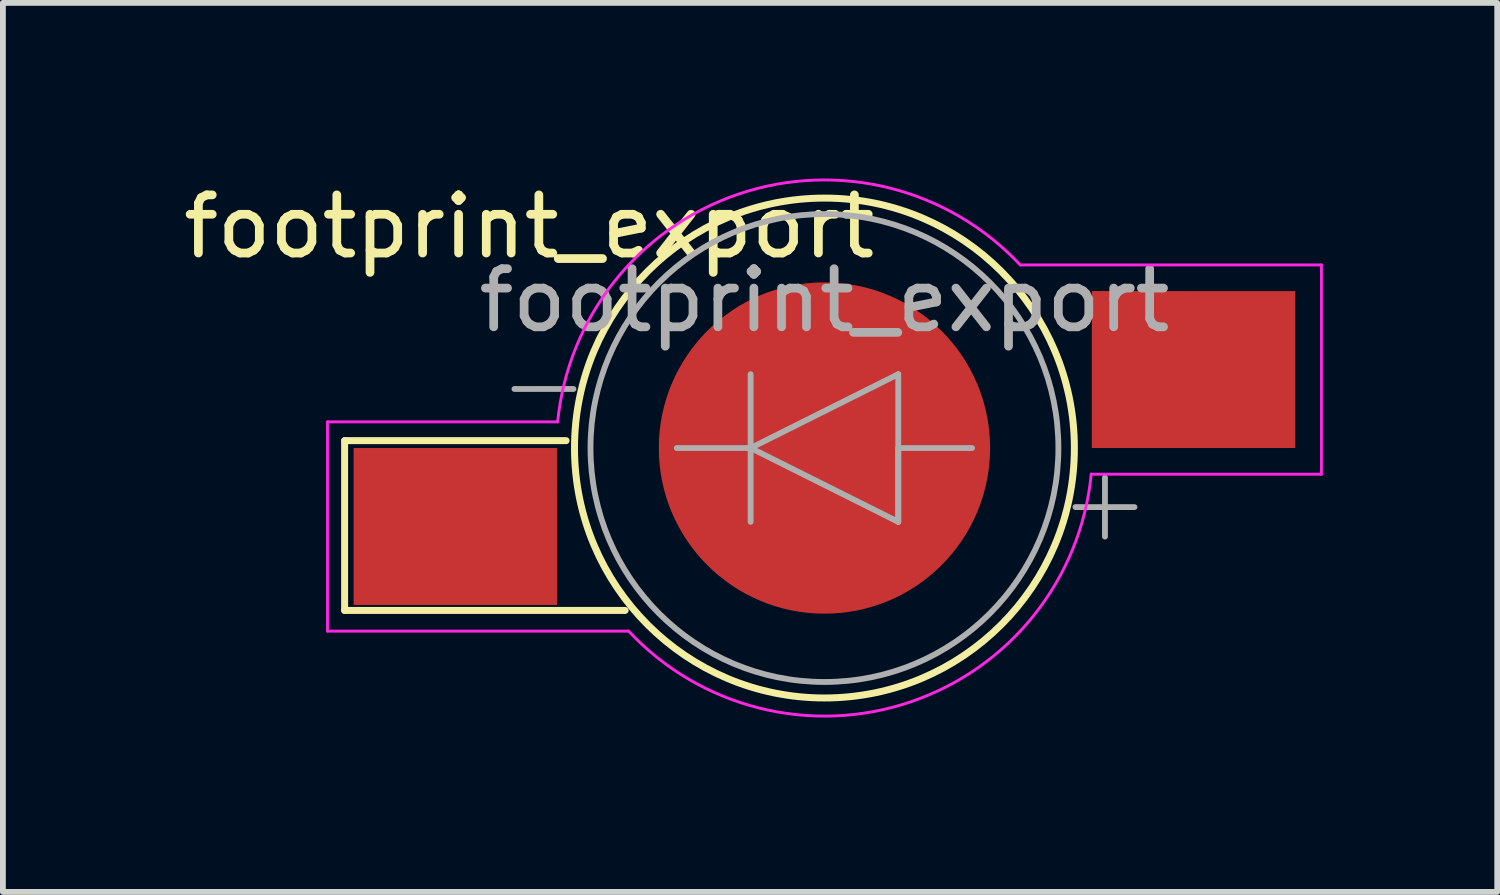
<source format=kicad_pcb>
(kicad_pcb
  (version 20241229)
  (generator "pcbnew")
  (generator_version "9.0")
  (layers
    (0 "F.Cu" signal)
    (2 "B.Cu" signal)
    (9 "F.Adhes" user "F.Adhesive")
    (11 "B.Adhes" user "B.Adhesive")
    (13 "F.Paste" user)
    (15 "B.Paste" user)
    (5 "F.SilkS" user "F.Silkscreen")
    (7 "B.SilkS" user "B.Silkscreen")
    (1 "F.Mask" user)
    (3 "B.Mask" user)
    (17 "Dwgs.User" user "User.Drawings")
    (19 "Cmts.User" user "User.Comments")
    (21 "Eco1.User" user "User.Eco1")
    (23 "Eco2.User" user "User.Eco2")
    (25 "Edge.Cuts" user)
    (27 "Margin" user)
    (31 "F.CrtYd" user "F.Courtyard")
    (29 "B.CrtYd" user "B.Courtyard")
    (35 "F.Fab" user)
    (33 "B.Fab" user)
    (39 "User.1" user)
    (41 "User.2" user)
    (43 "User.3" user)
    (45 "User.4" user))
  (footprint "footprint_export"
    (layer "F.Cu")
    (at 11.134 4.658)
    (property "Reference" "footprint_export" (at -5.08 -3.81 0) (layer "F.SilkS") (effects (font (size 1 1) (thickness 0.15))))
    (attr smd)
    (fp_line (start -8.255 -0.127) (end -8.255 2.794) (stroke (width 0.12) (type solid)) (layer "F.SilkS"))
    (fp_line (start -8.255 2.794) (end -3.429 2.794) (stroke (width 0.12) (type solid)) (layer "F.SilkS"))
    (fp_line (start -4.445 -0.127) (end -8.255 -0.127) (stroke (width 0.12) (type solid)) (layer "F.SilkS"))
    (fp_circle (center 0 0) (end -4.3 0) (stroke (width 0.12) (type solid)) (fill no) (layer "F.SilkS"))
    (fp_line (start -8.55 -0.45) (end -8.55 3.15) (stroke (width 0.05) (type solid)) (layer "F.CrtYd"))
    (fp_line (start -8.55 3.15) (end -3.37 3.15) (stroke (width 0.05) (type solid)) (layer "F.CrtYd"))
    (fp_line (start -4.59 -0.45) (end -8.55 -0.45) (stroke (width 0.05) (type solid)) (layer "F.CrtYd"))
    (fp_line (start 3.37 -3.15) (end 8.55 -3.15) (stroke (width 0.05) (type solid)) (layer "F.CrtYd"))
    (fp_line (start 8.55 -3.15) (end 8.55 0.45) (stroke (width 0.05) (type solid)) (layer "F.CrtYd"))
    (fp_line (start 8.55 0.45) (end 4.59 0.45) (stroke (width 0.05) (type solid)) (layer "F.CrtYd"))
    (fp_arc (start -4.59 -0.45) (mid -1.481265 -4.36766) (end 3.369303 -3.149349) (stroke (width 0.05) (type solid)) (layer "F.CrtYd"))
    (fp_arc (start 4.59 0.45) (mid 1.481265 4.36766) (end -3.369303 3.149349) (stroke (width 0.05) (type solid)) (layer "F.CrtYd"))
    (fp_line (start -5.334 -1.016) (end -4.318 -1.016) (stroke (width 0.1) (type solid)) (layer "F.Fab"))
    (fp_line (start -2.54 0) (end -1.27 0) (stroke (width 0.1) (type solid)) (layer "F.Fab"))
    (fp_line (start -1.27 -1.27) (end -1.27 1.27) (stroke (width 0.1) (type solid)) (layer "F.Fab"))
    (fp_line (start -1.27 0) (end 1.27 -1.27) (stroke (width 0.1) (type solid)) (layer "F.Fab"))
    (fp_line (start -1.27 0) (end 1.27 1.27) (stroke (width 0.1) (type solid)) (layer "F.Fab"))
    (fp_line (start 1.27 -1.27) (end 1.27 1.27) (stroke (width 0.1) (type solid)) (layer "F.Fab"))
    (fp_line (start 1.27 0) (end 2.54 0) (stroke (width 0.1) (type solid)) (layer "F.Fab"))
    (fp_line (start 1.27 1.27) (end 1.27 0) (stroke (width 0.1) (type solid)) (layer "F.Fab"))
    (fp_line (start 4.318 1.016) (end 5.334 1.016) (stroke (width 0.1) (type solid)) (layer "F.Fab"))
    (fp_line (start 4.826 1.524) (end 4.826 0.508) (stroke (width 0.1) (type solid)) (layer "F.Fab"))
    (fp_circle (center 0 0) (end 4.025 0) (stroke (width 0.1) (type solid)) (fill no) (layer "F.Fab"))
    (fp_text user "${REFERENCE}" (at 0 -2.54 0) (layer "F.Fab") (effects (font (size 1 1) (thickness 0.15))))
    (pad "1" smd rect (at -6.35 1.35) (size 3.5 2.7) (layers "F.Cu" "F.Mask" "F.Paste"))
    (pad "2" smd rect (at 6.35 -1.35) (size 3.5 2.7) (layers "F.Cu" "F.Mask" "F.Paste"))
    (pad "3" smd circle (at 0 0) (size 5.7 5.7) (layers "F.Cu" "F.Mask" "F.Paste")))
  (gr_rect
    (start -3 -3)
    (end 22.709 12.295)
    (stroke (width 0.1) (type default))
    (fill no)
    (layer "Edge.Cuts")))
</source>
